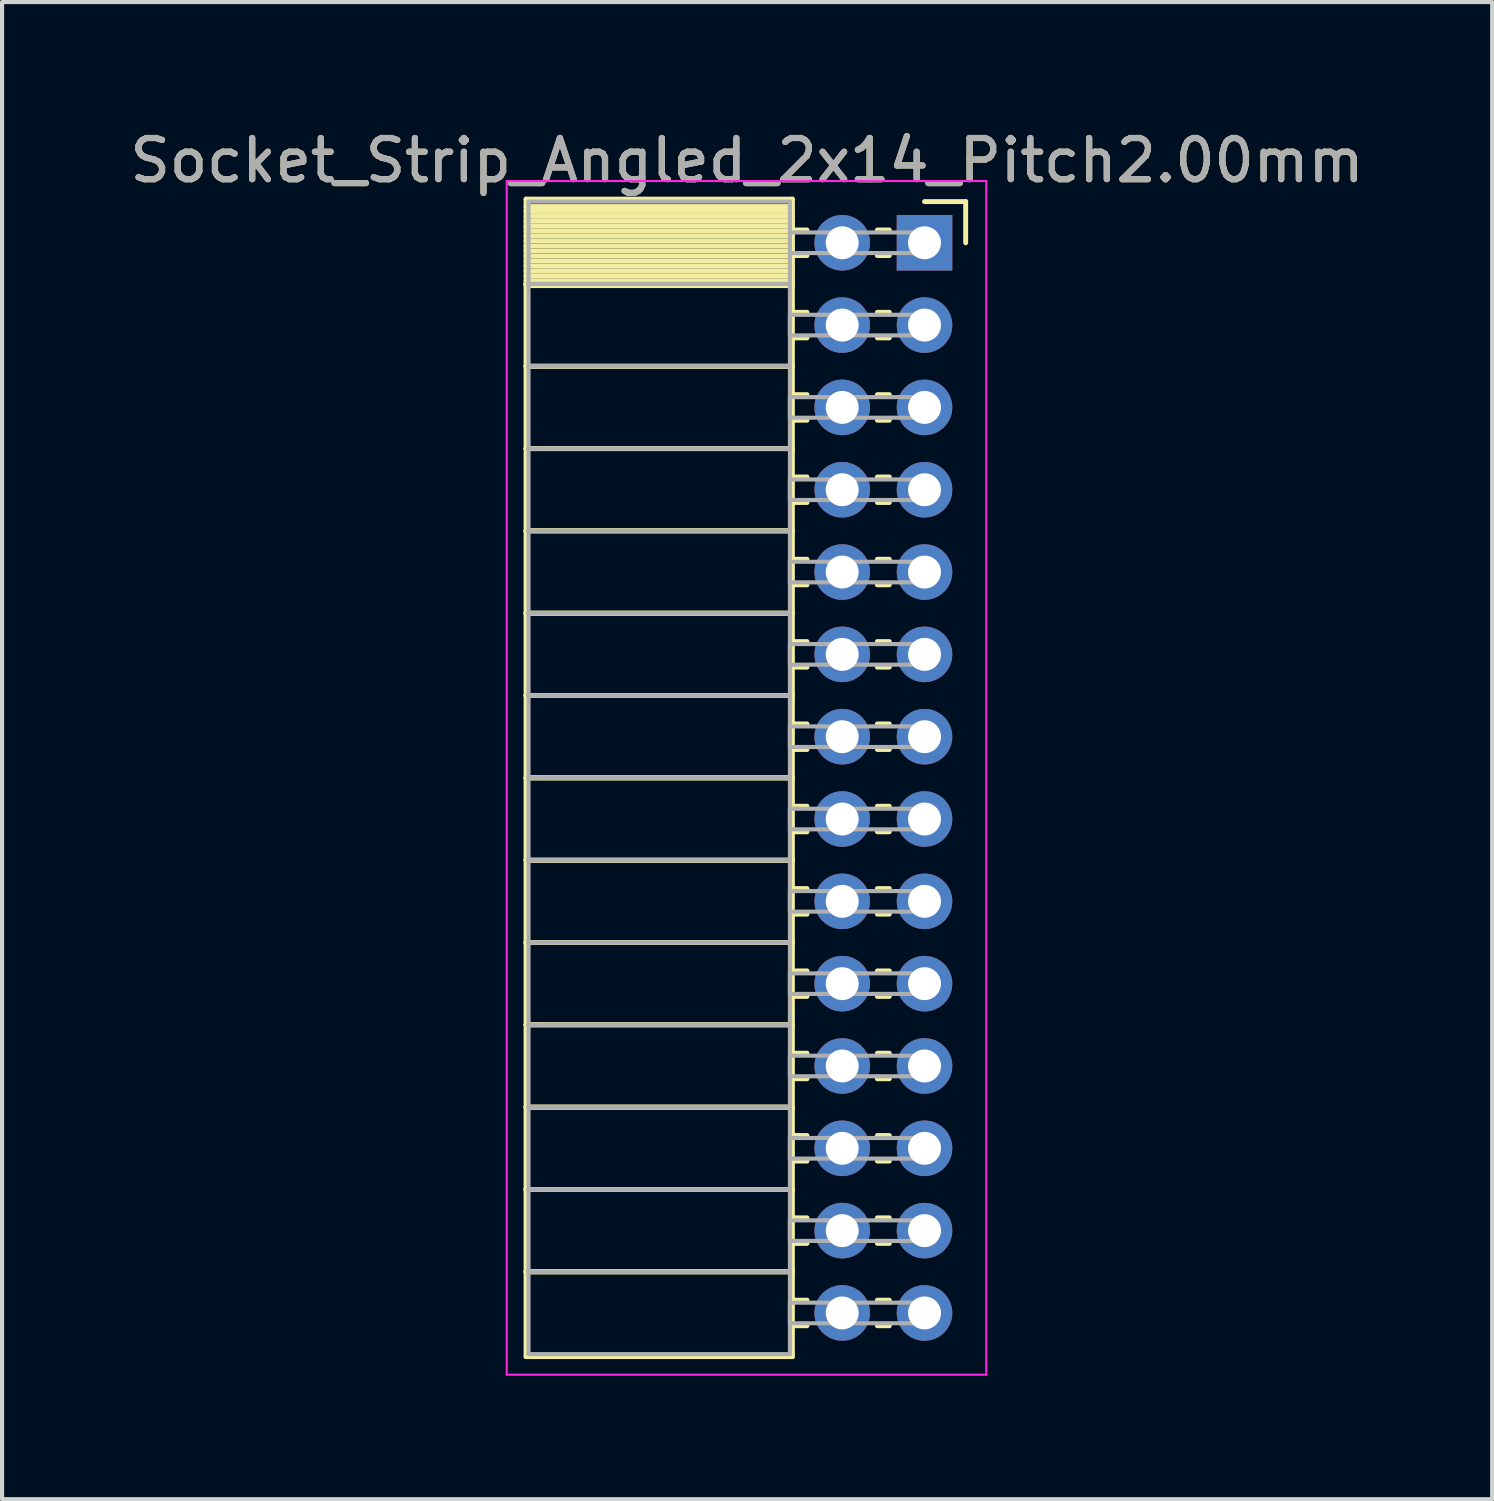
<source format=kicad_pcb>
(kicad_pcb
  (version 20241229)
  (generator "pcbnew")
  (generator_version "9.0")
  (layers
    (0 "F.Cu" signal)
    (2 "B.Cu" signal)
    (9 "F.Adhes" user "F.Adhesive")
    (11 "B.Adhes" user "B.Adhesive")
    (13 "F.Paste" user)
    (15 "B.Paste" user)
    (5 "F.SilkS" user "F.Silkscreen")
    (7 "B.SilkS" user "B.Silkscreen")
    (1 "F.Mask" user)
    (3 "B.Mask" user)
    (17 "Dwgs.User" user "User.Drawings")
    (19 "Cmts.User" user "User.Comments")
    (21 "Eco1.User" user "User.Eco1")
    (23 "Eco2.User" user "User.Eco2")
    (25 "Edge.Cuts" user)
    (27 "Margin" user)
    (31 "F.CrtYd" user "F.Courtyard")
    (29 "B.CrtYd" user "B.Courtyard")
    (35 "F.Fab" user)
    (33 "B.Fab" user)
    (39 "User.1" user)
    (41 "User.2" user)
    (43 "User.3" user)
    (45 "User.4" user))
  (footprint "Socket_Strip_Angled_2x14_Pitch2.00mm"
    (layer "F.Cu")
    (at 19.411 2.848)
    (property "Reference" "Socket_Strip_Angled_2x14_Pitch2.00mm" (at -4.31 -2 0) (layer "F.SilkS") (effects (font (size 1 1) (thickness 0.15))))
    (attr through_hole)
    (fp_line (start -9.68 -1.06) (end -3.21 -1.06) (stroke (width 0.12) (type solid)) (layer "F.SilkS"))
    (fp_line (start -9.68 1) (end -9.68 -1.06) (stroke (width 0.12) (type solid)) (layer "F.SilkS"))
    (fp_line (start -9.68 1) (end -3.21 1) (stroke (width 0.12) (type solid)) (layer "F.SilkS"))
    (fp_line (start -9.68 3) (end -9.68 1) (stroke (width 0.12) (type solid)) (layer "F.SilkS"))
    (fp_line (start -9.68 3) (end -3.21 3) (stroke (width 0.12) (type solid)) (layer "F.SilkS"))
    (fp_line (start -9.68 5) (end -9.68 3) (stroke (width 0.12) (type solid)) (layer "F.SilkS"))
    (fp_line (start -9.68 5) (end -3.21 5) (stroke (width 0.12) (type solid)) (layer "F.SilkS"))
    (fp_line (start -9.68 7) (end -9.68 5) (stroke (width 0.12) (type solid)) (layer "F.SilkS"))
    (fp_line (start -9.68 7) (end -3.21 7) (stroke (width 0.12) (type solid)) (layer "F.SilkS"))
    (fp_line (start -9.68 9) (end -9.68 7) (stroke (width 0.12) (type solid)) (layer "F.SilkS"))
    (fp_line (start -9.68 9) (end -3.21 9) (stroke (width 0.12) (type solid)) (layer "F.SilkS"))
    (fp_line (start -9.68 11) (end -9.68 9) (stroke (width 0.12) (type solid)) (layer "F.SilkS"))
    (fp_line (start -9.68 11) (end -3.21 11) (stroke (width 0.12) (type solid)) (layer "F.SilkS"))
    (fp_line (start -9.68 13) (end -9.68 11) (stroke (width 0.12) (type solid)) (layer "F.SilkS"))
    (fp_line (start -9.68 13) (end -3.21 13) (stroke (width 0.12) (type solid)) (layer "F.SilkS"))
    (fp_line (start -9.68 15) (end -9.68 13) (stroke (width 0.12) (type solid)) (layer "F.SilkS"))
    (fp_line (start -9.68 15) (end -3.21 15) (stroke (width 0.12) (type solid)) (layer "F.SilkS"))
    (fp_line (start -9.68 17) (end -9.68 15) (stroke (width 0.12) (type solid)) (layer "F.SilkS"))
    (fp_line (start -9.68 17) (end -3.21 17) (stroke (width 0.12) (type solid)) (layer "F.SilkS"))
    (fp_line (start -9.68 19) (end -9.68 17) (stroke (width 0.12) (type solid)) (layer "F.SilkS"))
    (fp_line (start -9.68 19) (end -3.21 19) (stroke (width 0.12) (type solid)) (layer "F.SilkS"))
    (fp_line (start -9.68 21) (end -9.68 19) (stroke (width 0.12) (type solid)) (layer "F.SilkS"))
    (fp_line (start -9.68 21) (end -3.21 21) (stroke (width 0.12) (type solid)) (layer "F.SilkS"))
    (fp_line (start -9.68 23) (end -9.68 21) (stroke (width 0.12) (type solid)) (layer "F.SilkS"))
    (fp_line (start -9.68 23) (end -3.21 23) (stroke (width 0.12) (type solid)) (layer "F.SilkS"))
    (fp_line (start -9.68 25) (end -9.68 23) (stroke (width 0.12) (type solid)) (layer "F.SilkS"))
    (fp_line (start -9.68 25) (end -3.21 25) (stroke (width 0.12) (type solid)) (layer "F.SilkS"))
    (fp_line (start -9.68 27.06) (end -9.68 25) (stroke (width 0.12) (type solid)) (layer "F.SilkS"))
    (fp_line (start -3.21 -1.06) (end -3.21 1) (stroke (width 0.12) (type solid)) (layer "F.SilkS"))
    (fp_line (start -3.21 -0.88) (end -9.68 -0.88) (stroke (width 0.12) (type solid)) (layer "F.SilkS"))
    (fp_line (start -3.21 -0.76) (end -9.68 -0.76) (stroke (width 0.12) (type solid)) (layer "F.SilkS"))
    (fp_line (start -3.21 -0.64) (end -9.68 -0.64) (stroke (width 0.12) (type solid)) (layer "F.SilkS"))
    (fp_line (start -3.21 -0.52) (end -9.68 -0.52) (stroke (width 0.12) (type solid)) (layer "F.SilkS"))
    (fp_line (start -3.21 -0.4) (end -9.68 -0.4) (stroke (width 0.12) (type solid)) (layer "F.SilkS"))
    (fp_line (start -3.21 -0.28) (end -9.68 -0.28) (stroke (width 0.12) (type solid)) (layer "F.SilkS"))
    (fp_line (start -3.21 -0.16) (end -9.68 -0.16) (stroke (width 0.12) (type solid)) (layer "F.SilkS"))
    (fp_line (start -3.21 -0.04) (end -9.68 -0.04) (stroke (width 0.12) (type solid)) (layer "F.SilkS"))
    (fp_line (start -3.21 0.08) (end -9.68 0.08) (stroke (width 0.12) (type solid)) (layer "F.SilkS"))
    (fp_line (start -3.21 0.2) (end -9.68 0.2) (stroke (width 0.12) (type solid)) (layer "F.SilkS"))
    (fp_line (start -3.21 0.32) (end -9.68 0.32) (stroke (width 0.12) (type solid)) (layer "F.SilkS"))
    (fp_line (start -3.21 0.44) (end -9.68 0.44) (stroke (width 0.12) (type solid)) (layer "F.SilkS"))
    (fp_line (start -3.21 0.56) (end -9.68 0.56) (stroke (width 0.12) (type solid)) (layer "F.SilkS"))
    (fp_line (start -3.21 0.68) (end -9.68 0.68) (stroke (width 0.12) (type solid)) (layer "F.SilkS"))
    (fp_line (start -3.21 0.8) (end -9.68 0.8) (stroke (width 0.12) (type solid)) (layer "F.SilkS"))
    (fp_line (start -3.21 0.92) (end -9.68 0.92) (stroke (width 0.12) (type solid)) (layer "F.SilkS"))
    (fp_line (start -3.21 1) (end -9.68 1) (stroke (width 0.12) (type solid)) (layer "F.SilkS"))
    (fp_line (start -3.21 1) (end -3.21 3) (stroke (width 0.12) (type solid)) (layer "F.SilkS"))
    (fp_line (start -3.21 1.04) (end -9.68 1.04) (stroke (width 0.12) (type solid)) (layer "F.SilkS"))
    (fp_line (start -3.21 3) (end -9.68 3) (stroke (width 0.12) (type solid)) (layer "F.SilkS"))
    (fp_line (start -3.21 3) (end -3.21 5) (stroke (width 0.12) (type solid)) (layer "F.SilkS"))
    (fp_line (start -3.21 5) (end -9.68 5) (stroke (width 0.12) (type solid)) (layer "F.SilkS"))
    (fp_line (start -3.21 5) (end -3.21 7) (stroke (width 0.12) (type solid)) (layer "F.SilkS"))
    (fp_line (start -3.21 7) (end -9.68 7) (stroke (width 0.12) (type solid)) (layer "F.SilkS"))
    (fp_line (start -3.21 7) (end -3.21 9) (stroke (width 0.12) (type solid)) (layer "F.SilkS"))
    (fp_line (start -3.21 9) (end -9.68 9) (stroke (width 0.12) (type solid)) (layer "F.SilkS"))
    (fp_line (start -3.21 9) (end -3.21 11) (stroke (width 0.12) (type solid)) (layer "F.SilkS"))
    (fp_line (start -3.21 11) (end -9.68 11) (stroke (width 0.12) (type solid)) (layer "F.SilkS"))
    (fp_line (start -3.21 11) (end -3.21 13) (stroke (width 0.12) (type solid)) (layer "F.SilkS"))
    (fp_line (start -3.21 13) (end -9.68 13) (stroke (width 0.12) (type solid)) (layer "F.SilkS"))
    (fp_line (start -3.21 13) (end -3.21 15) (stroke (width 0.12) (type solid)) (layer "F.SilkS"))
    (fp_line (start -3.21 15) (end -9.68 15) (stroke (width 0.12) (type solid)) (layer "F.SilkS"))
    (fp_line (start -3.21 15) (end -3.21 17) (stroke (width 0.12) (type solid)) (layer "F.SilkS"))
    (fp_line (start -3.21 17) (end -9.68 17) (stroke (width 0.12) (type solid)) (layer "F.SilkS"))
    (fp_line (start -3.21 17) (end -3.21 19) (stroke (width 0.12) (type solid)) (layer "F.SilkS"))
    (fp_line (start -3.21 19) (end -9.68 19) (stroke (width 0.12) (type solid)) (layer "F.SilkS"))
    (fp_line (start -3.21 19) (end -3.21 21) (stroke (width 0.12) (type solid)) (layer "F.SilkS"))
    (fp_line (start -3.21 21) (end -9.68 21) (stroke (width 0.12) (type solid)) (layer "F.SilkS"))
    (fp_line (start -3.21 21) (end -3.21 23) (stroke (width 0.12) (type solid)) (layer "F.SilkS"))
    (fp_line (start -3.21 23) (end -9.68 23) (stroke (width 0.12) (type solid)) (layer "F.SilkS"))
    (fp_line (start -3.21 23) (end -3.21 25) (stroke (width 0.12) (type solid)) (layer "F.SilkS"))
    (fp_line (start -3.21 25) (end -9.68 25) (stroke (width 0.12) (type solid)) (layer "F.SilkS"))
    (fp_line (start -3.21 25) (end -3.21 27.06) (stroke (width 0.12) (type solid)) (layer "F.SilkS"))
    (fp_line (start -3.21 27.06) (end -9.68 27.06) (stroke (width 0.12) (type solid)) (layer "F.SilkS"))
    (fp_line (start -2.855 -0.31) (end -3.21 -0.31) (stroke (width 0.12) (type solid)) (layer "F.SilkS"))
    (fp_line (start -2.855 0.31) (end -3.21 0.31) (stroke (width 0.12) (type solid)) (layer "F.SilkS"))
    (fp_line (start -2.855 1.69) (end -3.21 1.69) (stroke (width 0.12) (type solid)) (layer "F.SilkS"))
    (fp_line (start -2.855 2.31) (end -3.21 2.31) (stroke (width 0.12) (type solid)) (layer "F.SilkS"))
    (fp_line (start -2.855 3.69) (end -3.21 3.69) (stroke (width 0.12) (type solid)) (layer "F.SilkS"))
    (fp_line (start -2.855 4.31) (end -3.21 4.31) (stroke (width 0.12) (type solid)) (layer "F.SilkS"))
    (fp_line (start -2.855 5.69) (end -3.21 5.69) (stroke (width 0.12) (type solid)) (layer "F.SilkS"))
    (fp_line (start -2.855 6.31) (end -3.21 6.31) (stroke (width 0.12) (type solid)) (layer "F.SilkS"))
    (fp_line (start -2.855 7.69) (end -3.21 7.69) (stroke (width 0.12) (type solid)) (layer "F.SilkS"))
    (fp_line (start -2.855 8.31) (end -3.21 8.31) (stroke (width 0.12) (type solid)) (layer "F.SilkS"))
    (fp_line (start -2.855 9.69) (end -3.21 9.69) (stroke (width 0.12) (type solid)) (layer "F.SilkS"))
    (fp_line (start -2.855 10.31) (end -3.21 10.31) (stroke (width 0.12) (type solid)) (layer "F.SilkS"))
    (fp_line (start -2.855 11.69) (end -3.21 11.69) (stroke (width 0.12) (type solid)) (layer "F.SilkS"))
    (fp_line (start -2.855 12.31) (end -3.21 12.31) (stroke (width 0.12) (type solid)) (layer "F.SilkS"))
    (fp_line (start -2.855 13.69) (end -3.21 13.69) (stroke (width 0.12) (type solid)) (layer "F.SilkS"))
    (fp_line (start -2.855 14.31) (end -3.21 14.31) (stroke (width 0.12) (type solid)) (layer "F.SilkS"))
    (fp_line (start -2.855 15.69) (end -3.21 15.69) (stroke (width 0.12) (type solid)) (layer "F.SilkS"))
    (fp_line (start -2.855 16.31) (end -3.21 16.31) (stroke (width 0.12) (type solid)) (layer "F.SilkS"))
    (fp_line (start -2.855 17.69) (end -3.21 17.69) (stroke (width 0.12) (type solid)) (layer "F.SilkS"))
    (fp_line (start -2.855 18.31) (end -3.21 18.31) (stroke (width 0.12) (type solid)) (layer "F.SilkS"))
    (fp_line (start -2.855 19.69) (end -3.21 19.69) (stroke (width 0.12) (type solid)) (layer "F.SilkS"))
    (fp_line (start -2.855 20.31) (end -3.21 20.31) (stroke (width 0.12) (type solid)) (layer "F.SilkS"))
    (fp_line (start -2.855 21.69) (end -3.21 21.69) (stroke (width 0.12) (type solid)) (layer "F.SilkS"))
    (fp_line (start -2.855 22.31) (end -3.21 22.31) (stroke (width 0.12) (type solid)) (layer "F.SilkS"))
    (fp_line (start -2.855 23.69) (end -3.21 23.69) (stroke (width 0.12) (type solid)) (layer "F.SilkS"))
    (fp_line (start -2.855 24.31) (end -3.21 24.31) (stroke (width 0.12) (type solid)) (layer "F.SilkS"))
    (fp_line (start -2.855 25.69) (end -3.21 25.69) (stroke (width 0.12) (type solid)) (layer "F.SilkS"))
    (fp_line (start -2.855 26.31) (end -3.21 26.31) (stroke (width 0.12) (type solid)) (layer "F.SilkS"))
    (fp_line (start -0.855 -0.31) (end -1.145 -0.31) (stroke (width 0.12) (type solid)) (layer "F.SilkS"))
    (fp_line (start -0.855 0.31) (end -1.145 0.31) (stroke (width 0.12) (type solid)) (layer "F.SilkS"))
    (fp_line (start -0.855 1.69) (end -1.145 1.69) (stroke (width 0.12) (type solid)) (layer "F.SilkS"))
    (fp_line (start -0.855 2.31) (end -1.145 2.31) (stroke (width 0.12) (type solid)) (layer "F.SilkS"))
    (fp_line (start -0.855 3.69) (end -1.145 3.69) (stroke (width 0.12) (type solid)) (layer "F.SilkS"))
    (fp_line (start -0.855 4.31) (end -1.145 4.31) (stroke (width 0.12) (type solid)) (layer "F.SilkS"))
    (fp_line (start -0.855 5.69) (end -1.145 5.69) (stroke (width 0.12) (type solid)) (layer "F.SilkS"))
    (fp_line (start -0.855 6.31) (end -1.145 6.31) (stroke (width 0.12) (type solid)) (layer "F.SilkS"))
    (fp_line (start -0.855 7.69) (end -1.145 7.69) (stroke (width 0.12) (type solid)) (layer "F.SilkS"))
    (fp_line (start -0.855 8.31) (end -1.145 8.31) (stroke (width 0.12) (type solid)) (layer "F.SilkS"))
    (fp_line (start -0.855 9.69) (end -1.145 9.69) (stroke (width 0.12) (type solid)) (layer "F.SilkS"))
    (fp_line (start -0.855 10.31) (end -1.145 10.31) (stroke (width 0.12) (type solid)) (layer "F.SilkS"))
    (fp_line (start -0.855 11.69) (end -1.145 11.69) (stroke (width 0.12) (type solid)) (layer "F.SilkS"))
    (fp_line (start -0.855 12.31) (end -1.145 12.31) (stroke (width 0.12) (type solid)) (layer "F.SilkS"))
    (fp_line (start -0.855 13.69) (end -1.145 13.69) (stroke (width 0.12) (type solid)) (layer "F.SilkS"))
    (fp_line (start -0.855 14.31) (end -1.145 14.31) (stroke (width 0.12) (type solid)) (layer "F.SilkS"))
    (fp_line (start -0.855 15.69) (end -1.145 15.69) (stroke (width 0.12) (type solid)) (layer "F.SilkS"))
    (fp_line (start -0.855 16.31) (end -1.145 16.31) (stroke (width 0.12) (type solid)) (layer "F.SilkS"))
    (fp_line (start -0.855 17.69) (end -1.145 17.69) (stroke (width 0.12) (type solid)) (layer "F.SilkS"))
    (fp_line (start -0.855 18.31) (end -1.145 18.31) (stroke (width 0.12) (type solid)) (layer "F.SilkS"))
    (fp_line (start -0.855 19.69) (end -1.145 19.69) (stroke (width 0.12) (type solid)) (layer "F.SilkS"))
    (fp_line (start -0.855 20.31) (end -1.145 20.31) (stroke (width 0.12) (type solid)) (layer "F.SilkS"))
    (fp_line (start -0.855 21.69) (end -1.145 21.69) (stroke (width 0.12) (type solid)) (layer "F.SilkS"))
    (fp_line (start -0.855 22.31) (end -1.145 22.31) (stroke (width 0.12) (type solid)) (layer "F.SilkS"))
    (fp_line (start -0.855 23.69) (end -1.145 23.69) (stroke (width 0.12) (type solid)) (layer "F.SilkS"))
    (fp_line (start -0.855 24.31) (end -1.145 24.31) (stroke (width 0.12) (type solid)) (layer "F.SilkS"))
    (fp_line (start -0.855 25.69) (end -1.145 25.69) (stroke (width 0.12) (type solid)) (layer "F.SilkS"))
    (fp_line (start -0.855 26.31) (end -1.145 26.31) (stroke (width 0.12) (type solid)) (layer "F.SilkS"))
    (fp_line (start 0 -1) (end 1 -1) (stroke (width 0.12) (type solid)) (layer "F.SilkS"))
    (fp_line (start 1 -1) (end 1 0) (stroke (width 0.12) (type solid)) (layer "F.SilkS"))
    (fp_line (start -10.15 -1.5) (end 1.5 -1.5) (stroke (width 0.05) (type solid)) (layer "F.CrtYd"))
    (fp_line (start -10.15 27.5) (end -10.15 -1.5) (stroke (width 0.05) (type solid)) (layer "F.CrtYd"))
    (fp_line (start 1.5 -1.5) (end 1.5 27.5) (stroke (width 0.05) (type solid)) (layer "F.CrtYd"))
    (fp_line (start 1.5 27.5) (end -10.15 27.5) (stroke (width 0.05) (type solid)) (layer "F.CrtYd"))
    (fp_line (start -9.62 -1) (end -3.27 -1) (stroke (width 0.1) (type solid)) (layer "F.Fab"))
    (fp_line (start -9.62 1) (end -9.62 -1) (stroke (width 0.1) (type solid)) (layer "F.Fab"))
    (fp_line (start -9.62 1) (end -3.27 1) (stroke (width 0.1) (type solid)) (layer "F.Fab"))
    (fp_line (start -9.62 3) (end -9.62 1) (stroke (width 0.1) (type solid)) (layer "F.Fab"))
    (fp_line (start -9.62 3) (end -3.27 3) (stroke (width 0.1) (type solid)) (layer "F.Fab"))
    (fp_line (start -9.62 5) (end -9.62 3) (stroke (width 0.1) (type solid)) (layer "F.Fab"))
    (fp_line (start -9.62 5) (end -3.27 5) (stroke (width 0.1) (type solid)) (layer "F.Fab"))
    (fp_line (start -9.62 7) (end -9.62 5) (stroke (width 0.1) (type solid)) (layer "F.Fab"))
    (fp_line (start -9.62 7) (end -3.27 7) (stroke (width 0.1) (type solid)) (layer "F.Fab"))
    (fp_line (start -9.62 9) (end -9.62 7) (stroke (width 0.1) (type solid)) (layer "F.Fab"))
    (fp_line (start -9.62 9) (end -3.27 9) (stroke (width 0.1) (type solid)) (layer "F.Fab"))
    (fp_line (start -9.62 11) (end -9.62 9) (stroke (width 0.1) (type solid)) (layer "F.Fab"))
    (fp_line (start -9.62 11) (end -3.27 11) (stroke (width 0.1) (type solid)) (layer "F.Fab"))
    (fp_line (start -9.62 13) (end -9.62 11) (stroke (width 0.1) (type solid)) (layer "F.Fab"))
    (fp_line (start -9.62 13) (end -3.27 13) (stroke (width 0.1) (type solid)) (layer "F.Fab"))
    (fp_line (start -9.62 15) (end -9.62 13) (stroke (width 0.1) (type solid)) (layer "F.Fab"))
    (fp_line (start -9.62 15) (end -3.27 15) (stroke (width 0.1) (type solid)) (layer "F.Fab"))
    (fp_line (start -9.62 17) (end -9.62 15) (stroke (width 0.1) (type solid)) (layer "F.Fab"))
    (fp_line (start -9.62 17) (end -3.27 17) (stroke (width 0.1) (type solid)) (layer "F.Fab"))
    (fp_line (start -9.62 19) (end -9.62 17) (stroke (width 0.1) (type solid)) (layer "F.Fab"))
    (fp_line (start -9.62 19) (end -3.27 19) (stroke (width 0.1) (type solid)) (layer "F.Fab"))
    (fp_line (start -9.62 21) (end -9.62 19) (stroke (width 0.1) (type solid)) (layer "F.Fab"))
    (fp_line (start -9.62 21) (end -3.27 21) (stroke (width 0.1) (type solid)) (layer "F.Fab"))
    (fp_line (start -9.62 23) (end -9.62 21) (stroke (width 0.1) (type solid)) (layer "F.Fab"))
    (fp_line (start -9.62 23) (end -3.27 23) (stroke (width 0.1) (type solid)) (layer "F.Fab"))
    (fp_line (start -9.62 25) (end -9.62 23) (stroke (width 0.1) (type solid)) (layer "F.Fab"))
    (fp_line (start -9.62 25) (end -3.27 25) (stroke (width 0.1) (type solid)) (layer "F.Fab"))
    (fp_line (start -9.62 27) (end -9.62 25) (stroke (width 0.1) (type solid)) (layer "F.Fab"))
    (fp_line (start -3.27 -1) (end -3.27 1) (stroke (width 0.1) (type solid)) (layer "F.Fab"))
    (fp_line (start -3.27 -0.25) (end 0 -0.25) (stroke (width 0.1) (type solid)) (layer "F.Fab"))
    (fp_line (start -3.27 0.25) (end -3.27 -0.25) (stroke (width 0.1) (type solid)) (layer "F.Fab"))
    (fp_line (start -3.27 1) (end -9.62 1) (stroke (width 0.1) (type solid)) (layer "F.Fab"))
    (fp_line (start -3.27 1) (end -3.27 3) (stroke (width 0.1) (type solid)) (layer "F.Fab"))
    (fp_line (start -3.27 1.75) (end 0 1.75) (stroke (width 0.1) (type solid)) (layer "F.Fab"))
    (fp_line (start -3.27 2.25) (end -3.27 1.75) (stroke (width 0.1) (type solid)) (layer "F.Fab"))
    (fp_line (start -3.27 3) (end -9.62 3) (stroke (width 0.1) (type solid)) (layer "F.Fab"))
    (fp_line (start -3.27 3) (end -3.27 5) (stroke (width 0.1) (type solid)) (layer "F.Fab"))
    (fp_line (start -3.27 3.75) (end 0 3.75) (stroke (width 0.1) (type solid)) (layer "F.Fab"))
    (fp_line (start -3.27 4.25) (end -3.27 3.75) (stroke (width 0.1) (type solid)) (layer "F.Fab"))
    (fp_line (start -3.27 5) (end -9.62 5) (stroke (width 0.1) (type solid)) (layer "F.Fab"))
    (fp_line (start -3.27 5) (end -3.27 7) (stroke (width 0.1) (type solid)) (layer "F.Fab"))
    (fp_line (start -3.27 5.75) (end 0 5.75) (stroke (width 0.1) (type solid)) (layer "F.Fab"))
    (fp_line (start -3.27 6.25) (end -3.27 5.75) (stroke (width 0.1) (type solid)) (layer "F.Fab"))
    (fp_line (start -3.27 7) (end -9.62 7) (stroke (width 0.1) (type solid)) (layer "F.Fab"))
    (fp_line (start -3.27 7) (end -3.27 9) (stroke (width 0.1) (type solid)) (layer "F.Fab"))
    (fp_line (start -3.27 7.75) (end 0 7.75) (stroke (width 0.1) (type solid)) (layer "F.Fab"))
    (fp_line (start -3.27 8.25) (end -3.27 7.75) (stroke (width 0.1) (type solid)) (layer "F.Fab"))
    (fp_line (start -3.27 9) (end -9.62 9) (stroke (width 0.1) (type solid)) (layer "F.Fab"))
    (fp_line (start -3.27 9) (end -3.27 11) (stroke (width 0.1) (type solid)) (layer "F.Fab"))
    (fp_line (start -3.27 9.75) (end 0 9.75) (stroke (width 0.1) (type solid)) (layer "F.Fab"))
    (fp_line (start -3.27 10.25) (end -3.27 9.75) (stroke (width 0.1) (type solid)) (layer "F.Fab"))
    (fp_line (start -3.27 11) (end -9.62 11) (stroke (width 0.1) (type solid)) (layer "F.Fab"))
    (fp_line (start -3.27 11) (end -3.27 13) (stroke (width 0.1) (type solid)) (layer "F.Fab"))
    (fp_line (start -3.27 11.75) (end 0 11.75) (stroke (width 0.1) (type solid)) (layer "F.Fab"))
    (fp_line (start -3.27 12.25) (end -3.27 11.75) (stroke (width 0.1) (type solid)) (layer "F.Fab"))
    (fp_line (start -3.27 13) (end -9.62 13) (stroke (width 0.1) (type solid)) (layer "F.Fab"))
    (fp_line (start -3.27 13) (end -3.27 15) (stroke (width 0.1) (type solid)) (layer "F.Fab"))
    (fp_line (start -3.27 13.75) (end 0 13.75) (stroke (width 0.1) (type solid)) (layer "F.Fab"))
    (fp_line (start -3.27 14.25) (end -3.27 13.75) (stroke (width 0.1) (type solid)) (layer "F.Fab"))
    (fp_line (start -3.27 15) (end -9.62 15) (stroke (width 0.1) (type solid)) (layer "F.Fab"))
    (fp_line (start -3.27 15) (end -3.27 17) (stroke (width 0.1) (type solid)) (layer "F.Fab"))
    (fp_line (start -3.27 15.75) (end 0 15.75) (stroke (width 0.1) (type solid)) (layer "F.Fab"))
    (fp_line (start -3.27 16.25) (end -3.27 15.75) (stroke (width 0.1) (type solid)) (layer "F.Fab"))
    (fp_line (start -3.27 17) (end -9.62 17) (stroke (width 0.1) (type solid)) (layer "F.Fab"))
    (fp_line (start -3.27 17) (end -3.27 19) (stroke (width 0.1) (type solid)) (layer "F.Fab"))
    (fp_line (start -3.27 17.75) (end 0 17.75) (stroke (width 0.1) (type solid)) (layer "F.Fab"))
    (fp_line (start -3.27 18.25) (end -3.27 17.75) (stroke (width 0.1) (type solid)) (layer "F.Fab"))
    (fp_line (start -3.27 19) (end -9.62 19) (stroke (width 0.1) (type solid)) (layer "F.Fab"))
    (fp_line (start -3.27 19) (end -3.27 21) (stroke (width 0.1) (type solid)) (layer "F.Fab"))
    (fp_line (start -3.27 19.75) (end 0 19.75) (stroke (width 0.1) (type solid)) (layer "F.Fab"))
    (fp_line (start -3.27 20.25) (end -3.27 19.75) (stroke (width 0.1) (type solid)) (layer "F.Fab"))
    (fp_line (start -3.27 21) (end -9.62 21) (stroke (width 0.1) (type solid)) (layer "F.Fab"))
    (fp_line (start -3.27 21) (end -3.27 23) (stroke (width 0.1) (type solid)) (layer "F.Fab"))
    (fp_line (start -3.27 21.75) (end 0 21.75) (stroke (width 0.1) (type solid)) (layer "F.Fab"))
    (fp_line (start -3.27 22.25) (end -3.27 21.75) (stroke (width 0.1) (type solid)) (layer "F.Fab"))
    (fp_line (start -3.27 23) (end -9.62 23) (stroke (width 0.1) (type solid)) (layer "F.Fab"))
    (fp_line (start -3.27 23) (end -3.27 25) (stroke (width 0.1) (type solid)) (layer "F.Fab"))
    (fp_line (start -3.27 23.75) (end 0 23.75) (stroke (width 0.1) (type solid)) (layer "F.Fab"))
    (fp_line (start -3.27 24.25) (end -3.27 23.75) (stroke (width 0.1) (type solid)) (layer "F.Fab"))
    (fp_line (start -3.27 25) (end -9.62 25) (stroke (width 0.1) (type solid)) (layer "F.Fab"))
    (fp_line (start -3.27 25) (end -3.27 27) (stroke (width 0.1) (type solid)) (layer "F.Fab"))
    (fp_line (start -3.27 25.75) (end 0 25.75) (stroke (width 0.1) (type solid)) (layer "F.Fab"))
    (fp_line (start -3.27 26.25) (end -3.27 25.75) (stroke (width 0.1) (type solid)) (layer "F.Fab"))
    (fp_line (start -3.27 27) (end -9.62 27) (stroke (width 0.1) (type solid)) (layer "F.Fab"))
    (fp_line (start 0 -0.25) (end 0 0.25) (stroke (width 0.1) (type solid)) (layer "F.Fab"))
    (fp_line (start 0 0.25) (end -3.27 0.25) (stroke (width 0.1) (type solid)) (layer "F.Fab"))
    (fp_line (start 0 1.75) (end 0 2.25) (stroke (width 0.1) (type solid)) (layer "F.Fab"))
    (fp_line (start 0 2.25) (end -3.27 2.25) (stroke (width 0.1) (type solid)) (layer "F.Fab"))
    (fp_line (start 0 3.75) (end 0 4.25) (stroke (width 0.1) (type solid)) (layer "F.Fab"))
    (fp_line (start 0 4.25) (end -3.27 4.25) (stroke (width 0.1) (type solid)) (layer "F.Fab"))
    (fp_line (start 0 5.75) (end 0 6.25) (stroke (width 0.1) (type solid)) (layer "F.Fab"))
    (fp_line (start 0 6.25) (end -3.27 6.25) (stroke (width 0.1) (type solid)) (layer "F.Fab"))
    (fp_line (start 0 7.75) (end 0 8.25) (stroke (width 0.1) (type solid)) (layer "F.Fab"))
    (fp_line (start 0 8.25) (end -3.27 8.25) (stroke (width 0.1) (type solid)) (layer "F.Fab"))
    (fp_line (start 0 9.75) (end 0 10.25) (stroke (width 0.1) (type solid)) (layer "F.Fab"))
    (fp_line (start 0 10.25) (end -3.27 10.25) (stroke (width 0.1) (type solid)) (layer "F.Fab"))
    (fp_line (start 0 11.75) (end 0 12.25) (stroke (width 0.1) (type solid)) (layer "F.Fab"))
    (fp_line (start 0 12.25) (end -3.27 12.25) (stroke (width 0.1) (type solid)) (layer "F.Fab"))
    (fp_line (start 0 13.75) (end 0 14.25) (stroke (width 0.1) (type solid)) (layer "F.Fab"))
    (fp_line (start 0 14.25) (end -3.27 14.25) (stroke (width 0.1) (type solid)) (layer "F.Fab"))
    (fp_line (start 0 15.75) (end 0 16.25) (stroke (width 0.1) (type solid)) (layer "F.Fab"))
    (fp_line (start 0 16.25) (end -3.27 16.25) (stroke (width 0.1) (type solid)) (layer "F.Fab"))
    (fp_line (start 0 17.75) (end 0 18.25) (stroke (width 0.1) (type solid)) (layer "F.Fab"))
    (fp_line (start 0 18.25) (end -3.27 18.25) (stroke (width 0.1) (type solid)) (layer "F.Fab"))
    (fp_line (start 0 19.75) (end 0 20.25) (stroke (width 0.1) (type solid)) (layer "F.Fab"))
    (fp_line (start 0 20.25) (end -3.27 20.25) (stroke (width 0.1) (type solid)) (layer "F.Fab"))
    (fp_line (start 0 21.75) (end 0 22.25) (stroke (width 0.1) (type solid)) (layer "F.Fab"))
    (fp_line (start 0 22.25) (end -3.27 22.25) (stroke (width 0.1) (type solid)) (layer "F.Fab"))
    (fp_line (start 0 23.75) (end 0 24.25) (stroke (width 0.1) (type solid)) (layer "F.Fab"))
    (fp_line (start 0 24.25) (end -3.27 24.25) (stroke (width 0.1) (type solid)) (layer "F.Fab"))
    (fp_line (start 0 25.75) (end 0 26.25) (stroke (width 0.1) (type solid)) (layer "F.Fab"))
    (fp_line (start 0 26.25) (end -3.27 26.25) (stroke (width 0.1) (type solid)) (layer "F.Fab"))
    (fp_text user "${REFERENCE}" (at -4.31 -2 0) (layer "F.Fab") (effects (font (size 1 1) (thickness 0.15))))
    (pad "1" thru_hole rect (at 0 0) (size 1.35 1.35) (drill 0.8) (layers "*.Cu" "*.Mask"))
    (pad "2" thru_hole oval (at -2 0) (size 1.35 1.35) (drill 0.8) (layers "*.Cu" "*.Mask"))
    (pad "3" thru_hole oval (at 0 2) (size 1.35 1.35) (drill 0.8) (layers "*.Cu" "*.Mask"))
    (pad "4" thru_hole oval (at -2 2) (size 1.35 1.35) (drill 0.8) (layers "*.Cu" "*.Mask"))
    (pad "5" thru_hole oval (at 0 4) (size 1.35 1.35) (drill 0.8) (layers "*.Cu" "*.Mask"))
    (pad "6" thru_hole oval (at -2 4) (size 1.35 1.35) (drill 0.8) (layers "*.Cu" "*.Mask"))
    (pad "7" thru_hole oval (at 0 6) (size 1.35 1.35) (drill 0.8) (layers "*.Cu" "*.Mask"))
    (pad "8" thru_hole oval (at -2 6) (size 1.35 1.35) (drill 0.8) (layers "*.Cu" "*.Mask"))
    (pad "9" thru_hole oval (at 0 8) (size 1.35 1.35) (drill 0.8) (layers "*.Cu" "*.Mask"))
    (pad "10" thru_hole oval (at -2 8) (size 1.35 1.35) (drill 0.8) (layers "*.Cu" "*.Mask"))
    (pad "11" thru_hole oval (at 0 10) (size 1.35 1.35) (drill 0.8) (layers "*.Cu" "*.Mask"))
    (pad "12" thru_hole oval (at -2 10) (size 1.35 1.35) (drill 0.8) (layers "*.Cu" "*.Mask"))
    (pad "13" thru_hole oval (at 0 12) (size 1.35 1.35) (drill 0.8) (layers "*.Cu" "*.Mask"))
    (pad "14" thru_hole oval (at -2 12) (size 1.35 1.35) (drill 0.8) (layers "*.Cu" "*.Mask"))
    (pad "15" thru_hole oval (at 0 14) (size 1.35 1.35) (drill 0.8) (layers "*.Cu" "*.Mask"))
    (pad "16" thru_hole oval (at -2 14) (size 1.35 1.35) (drill 0.8) (layers "*.Cu" "*.Mask"))
    (pad "17" thru_hole oval (at 0 16) (size 1.35 1.35) (drill 0.8) (layers "*.Cu" "*.Mask"))
    (pad "18" thru_hole oval (at -2 16) (size 1.35 1.35) (drill 0.8) (layers "*.Cu" "*.Mask"))
    (pad "19" thru_hole oval (at 0 18) (size 1.35 1.35) (drill 0.8) (layers "*.Cu" "*.Mask"))
    (pad "20" thru_hole oval (at -2 18) (size 1.35 1.35) (drill 0.8) (layers "*.Cu" "*.Mask"))
    (pad "21" thru_hole oval (at 0 20) (size 1.35 1.35) (drill 0.8) (layers "*.Cu" "*.Mask"))
    (pad "22" thru_hole oval (at -2 20) (size 1.35 1.35) (drill 0.8) (layers "*.Cu" "*.Mask"))
    (pad "23" thru_hole oval (at 0 22) (size 1.35 1.35) (drill 0.8) (layers "*.Cu" "*.Mask"))
    (pad "24" thru_hole oval (at -2 22) (size 1.35 1.35) (drill 0.8) (layers "*.Cu" "*.Mask"))
    (pad "25" thru_hole oval (at 0 24) (size 1.35 1.35) (drill 0.8) (layers "*.Cu" "*.Mask"))
    (pad "26" thru_hole oval (at -2 24) (size 1.35 1.35) (drill 0.8) (layers "*.Cu" "*.Mask"))
    (pad "27" thru_hole oval (at 0 26) (size 1.35 1.35) (drill 0.8) (layers "*.Cu" "*.Mask"))
    (pad "28" thru_hole oval (at -2 26) (size 1.35 1.35) (drill 0.8) (layers "*.Cu" "*.Mask")))
  (gr_rect
    (start -3 -3)
    (end 33.202 33.373)
    (stroke (width 0.1) (type default))
    (fill no)
    (layer "Edge.Cuts")))
</source>
